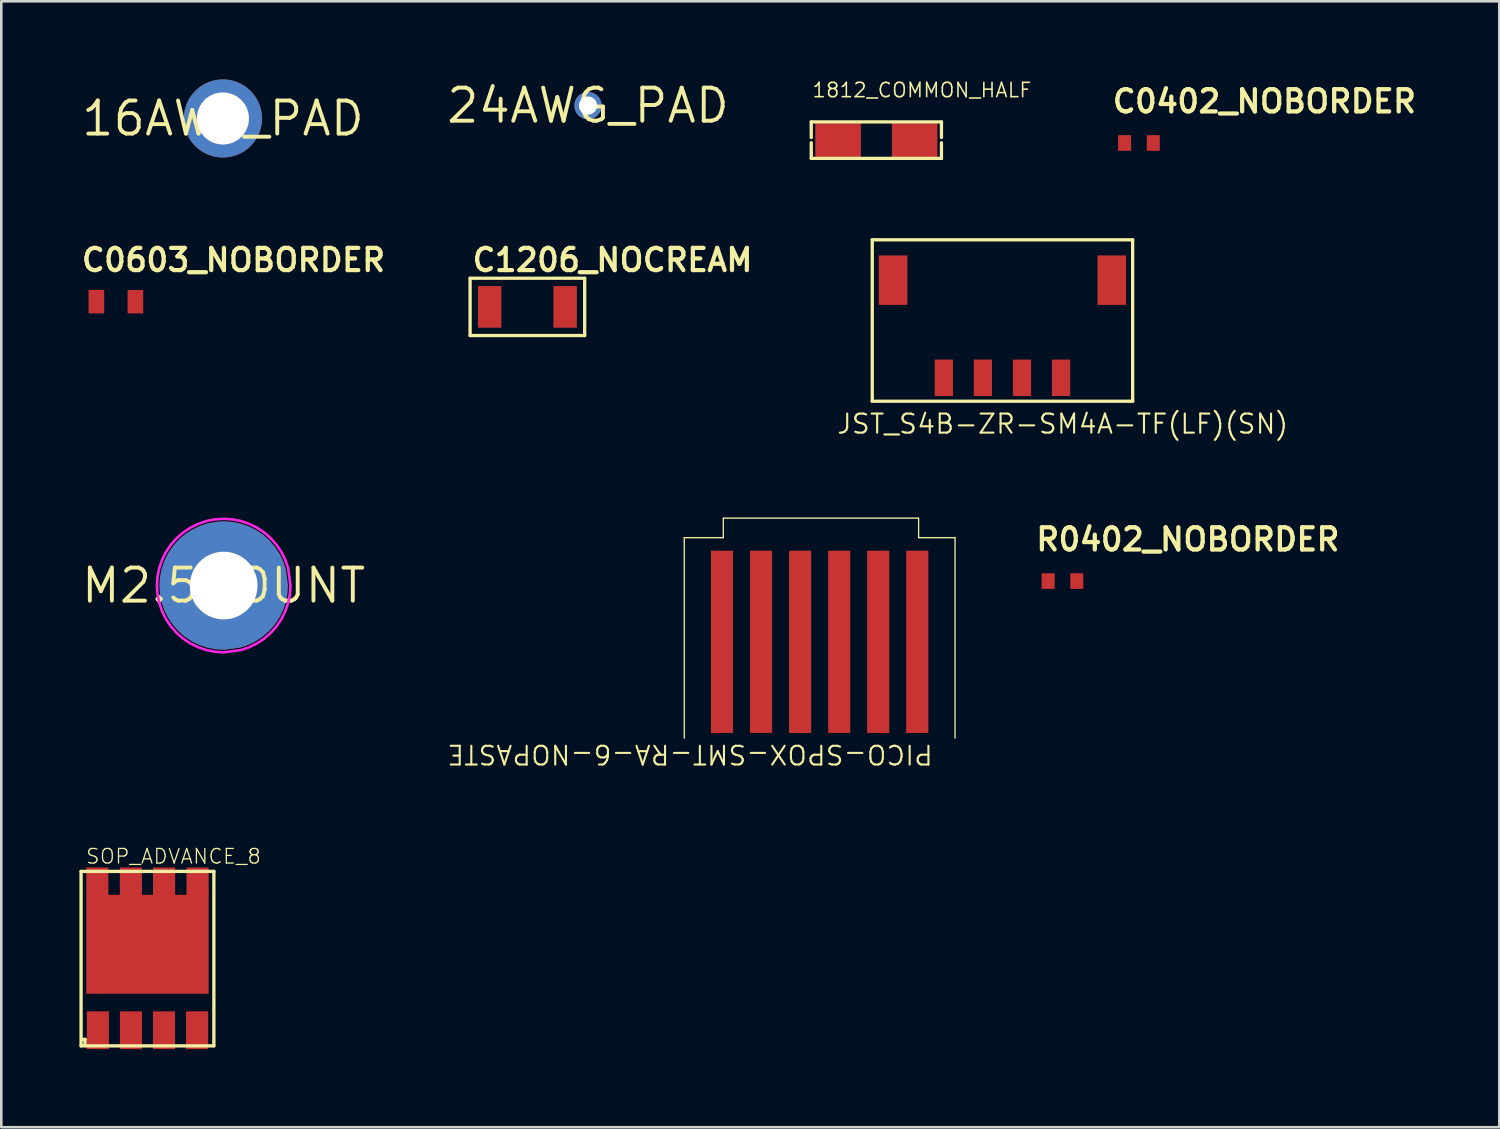
<source format=kicad_pcb>
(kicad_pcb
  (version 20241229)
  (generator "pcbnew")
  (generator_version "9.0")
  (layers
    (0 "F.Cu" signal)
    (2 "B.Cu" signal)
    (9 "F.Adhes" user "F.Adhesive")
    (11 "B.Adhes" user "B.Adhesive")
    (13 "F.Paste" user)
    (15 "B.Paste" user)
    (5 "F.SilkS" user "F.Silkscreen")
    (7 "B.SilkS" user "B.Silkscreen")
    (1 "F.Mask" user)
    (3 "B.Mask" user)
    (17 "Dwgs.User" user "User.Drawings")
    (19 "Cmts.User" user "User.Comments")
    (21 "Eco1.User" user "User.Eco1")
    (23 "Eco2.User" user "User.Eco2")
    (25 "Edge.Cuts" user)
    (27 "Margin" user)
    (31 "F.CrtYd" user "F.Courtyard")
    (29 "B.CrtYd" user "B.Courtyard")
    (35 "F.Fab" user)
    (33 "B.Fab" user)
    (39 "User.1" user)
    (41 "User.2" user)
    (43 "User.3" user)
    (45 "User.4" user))
  (footprint "24AWG_PAD"
    (layer "F.Cu")
    (at 19.532 1.006)
    (property "Reference" "24AWG_PAD" (at 0 0 0) (layer "F.SilkS") (effects (font (size 1.27 1.27) (thickness 0.15))))
    (pad "P$1" thru_hole circle (at 0 0) (size 1.05 1.05) (drill 0.7) (layers "*.Cu" "*.Mask")))
  (footprint "PICO-SPOX-SMT-RA-6-NOPASTE"
    (layer "F.Cu")
    (at 28.429 21.599)
    (property "Reference" "PICO-SPOX-SMT-RA-6-NOPASTE" (at 4.4 3.9 180) (unlocked yes) (layer "F.SilkS") (effects (font (size 0.72 0.72) (thickness 0.08)) (justify left bottom)))
    (fp_line (start -5.2 -4) (end -3.7 -4) (stroke (width 0.05) (type solid)) (layer "F.SilkS"))
    (fp_line (start -5.2 3.7) (end -5.2 -4) (stroke (width 0.05) (type solid)) (layer "F.SilkS"))
    (fp_line (start -3.7 -4.75) (end 3.8 -4.75) (stroke (width 0.05) (type solid)) (layer "F.SilkS"))
    (fp_line (start -3.7 -4) (end -3.7 -4.75) (stroke (width 0.05) (type solid)) (layer "F.SilkS"))
    (fp_line (start 3.8 -4.75) (end 3.8 -4) (stroke (width 0.05) (type solid)) (layer "F.SilkS"))
    (fp_line (start 3.8 -4) (end 5.2 -4) (stroke (width 0.05) (type solid)) (layer "F.SilkS"))
    (fp_line (start 5.2 -4) (end 5.2 3.7) (stroke (width 0.05) (type solid)) (layer "F.SilkS"))
    (pad "1" smd rect (at 3.75 0 90) (size 7 0.85) (layers "F.Cu" "F.Mask"))
    (pad "2" smd rect (at 2.25 0 90) (size 7 0.85) (layers "F.Cu" "F.Mask"))
    (pad "3" smd rect (at 0.75 0 90) (size 7 0.85) (layers "F.Cu" "F.Mask"))
    (pad "4" smd rect (at -0.75 0 90) (size 7 0.85) (layers "F.Cu" "F.Mask"))
    (pad "5" smd rect (at -2.25 0 90) (size 7 0.85) (layers "F.Cu" "F.Mask"))
    (pad "6" smd rect (at -3.75 0 90) (size 7 0.85) (layers "F.Cu" "F.Mask")))
  (footprint "C0402_NOBORDER"
    (layer "F.Cu")
    (at 40.692 2.441)
    (property "Reference" "C0402_NOBORDER" (at -1.1 -1.1 0) (unlocked yes) (layer "F.SilkS") (effects (font (size 0.853 0.853) (thickness 0.163)) (justify left bottom)))
    (pad "P$1" smd rect (at -0.55 0 180) (size 0.5 0.6) (layers "F.Cu" "F.Mask" "F.Paste"))
    (pad "P$2" smd rect (at 0.55 0 180) (size 0.5 0.6) (layers "F.Cu" "F.Mask" "F.Paste")))
  (footprint "JST_S4B-ZR-SM4A-TF(LF)(SN)"
    (layer "F.Cu")
    (at 35.449 10.189)
    (property "Reference" "JST_S4B-ZR-SM4A-TF(LF)(SN)" (at -6.4 3.47 0) (unlocked yes) (layer "F.SilkS") (effects (font (size 0.732 0.732) (thickness 0.081)) (justify left bottom)))
    (fp_line (start -5 -4.03) (end 5 -4.03) (stroke (width 0.127) (type solid)) (layer "F.SilkS"))
    (fp_line (start -5 2.17) (end -5 -4.03) (stroke (width 0.127) (type solid)) (layer "F.SilkS"))
    (fp_line (start 5 -4.03) (end 5 2.17) (stroke (width 0.127) (type solid)) (layer "F.SilkS"))
    (fp_line (start 5 2.17) (end -5 2.17) (stroke (width 0.127) (type solid)) (layer "F.SilkS"))
    (pad "1" smd rect (at 2.25 1.27) (size 0.7 1.4) (layers "F.Cu" "F.Mask" "F.Paste"))
    (pad "2" smd rect (at 0.75 1.27) (size 0.7 1.4) (layers "F.Cu" "F.Mask" "F.Paste"))
    (pad "3" smd rect (at -0.75 1.27) (size 0.7 1.4) (layers "F.Cu" "F.Mask" "F.Paste"))
    (pad "4" smd rect (at -2.25 1.27) (size 0.7 1.4) (layers "F.Cu" "F.Mask" "F.Paste"))
    (pad "P1" smd rect (at 4.2 -2.48) (size 1.1 1.9) (layers "F.Cu" "F.Mask" "F.Paste"))
    (pad "P2" smd rect (at -4.2 -2.48) (size 1.1 1.9) (layers "F.Cu" "F.Mask" "F.Paste")))
  (footprint "C1206_NOCREAM"
    (layer "F.Cu")
    (at 17.204 8.736)
    (property "Reference" "C1206_NOCREAM" (at -2.2 -1.3 0) (unlocked yes) (layer "F.SilkS") (effects (font (size 0.853 0.853) (thickness 0.163)) (justify left bottom)))
    (fp_line (start -2.2 -1.1) (end -2.2 1.1) (stroke (width 0.127) (type solid)) (layer "F.SilkS"))
    (fp_line (start -2.2 1.1) (end 2.2 1.1) (stroke (width 0.127) (type solid)) (layer "F.SilkS"))
    (fp_line (start 2.2 -1.1) (end -2.2 -1.1) (stroke (width 0.127) (type solid)) (layer "F.SilkS"))
    (fp_line (start 2.2 1.1) (end 2.2 -1.1) (stroke (width 0.127) (type solid)) (layer "F.SilkS"))
    (pad "P$1" smd rect (at -1.45 0 180) (size 0.9 1.6) (layers "F.Cu" "F.Mask"))
    (pad "P$2" smd rect (at 1.45 0 180) (size 0.9 1.6) (layers "F.Cu" "F.Mask")))
  (footprint "1812_COMMON_HALF"
    (layer "F.Cu")
    (at 30.606 2.332)
    (property "Reference" "1812_COMMON_HALF" (at -2.5 -1.6 0) (unlocked yes) (layer "F.SilkS") (effects (font (size 0.549 0.549) (thickness 0.061)) (justify left bottom)))
    (fp_line (start -2.5 -0.7) (end 2.5 -0.7) (stroke (width 0.127) (type solid)) (layer "F.SilkS"))
    (fp_line (start -2.5 -0.1) (end -2.5 -0.7) (stroke (width 0.127) (type solid)) (layer "F.SilkS"))
    (fp_line (start -2.5 0.1) (end -2.5 0.7) (stroke (width 0.127) (type solid)) (layer "F.SilkS"))
    (fp_line (start -2.5 0.7) (end 2.5 0.7) (stroke (width 0.127) (type solid)) (layer "F.SilkS"))
    (fp_line (start 2.5 -0.7) (end 2.5 -0.1) (stroke (width 0.127) (type solid)) (layer "F.SilkS"))
    (fp_line (start 2.5 0.7) (end 2.5 0.1) (stroke (width 0.127) (type solid)) (layer "F.SilkS"))
    (pad "P$1" smd rect (at -1.47 0) (size 1.75 1.3) (layers "F.Cu" "F.Mask" "F.Paste"))
    (pad "P$2" smd rect (at 1.47 0) (size 1.75 1.3) (layers "F.Cu" "F.Mask" "F.Paste")))
  (footprint "R0402_NOBORDER"
    (layer "F.Cu")
    (at 37.754 19.265)
    (property "Reference" "R0402_NOBORDER" (at -1.1 -1.1 0) (unlocked yes) (layer "F.SilkS") (effects (font (size 0.853 0.853) (thickness 0.163)) (justify left bottom)))
    (pad "P$1" smd rect (at -0.55 0 180) (size 0.5 0.6) (layers "F.Cu" "F.Mask" "F.Paste"))
    (pad "P$2" smd rect (at 0.55 0 180) (size 0.5 0.6) (layers "F.Cu" "F.Mask" "F.Paste")))
  (footprint "M2.5MOUNT"
    (layer "F.Cu")
    (at 5.541 19.438)
    (property "Reference" "M2.5MOUNT" (at 0 0 0) (layer "F.SilkS") (effects (font (size 1.27 1.27) (thickness 0.15))))
    (fp_poly (pts (xy 0.322 -2.443) (xy 0.638 -2.38) (xy 0.943 -2.276) (xy 1.232 -2.134) (xy 1.5 -1.955) (xy 1.742 -1.742) (xy 1.955 -1.5) (xy 2.134 -1.232) (xy 2.276 -0.943) (xy 2.38 -0.636) (xy 2.464 -0.002) (xy 2.443 0.322) (xy 2.38 0.638) (xy 2.276 0.943) (xy 2.134 1.232) (xy 1.955 1.5) (xy 1.742 1.742) (xy 1.5 1.955) (xy 1.232 2.134) (xy 0.943 2.276) (xy 0.636 2.38) (xy 0.002 2.464) (xy -0.322 2.443) (xy -0.638 2.38) (xy -0.943 2.276) (xy -1.232 2.134) (xy -1.5 1.955) (xy -1.742 1.742) (xy -1.955 1.5) (xy -2.134 1.232) (xy -2.276 0.943) (xy -2.38 0.638) (xy -2.443 0.322) (xy -2.464 0) (xy -2.443 -0.322) (xy -2.38 -0.638) (xy -2.276 -0.943) (xy -2.134 -1.232) (xy -1.955 -1.5) (xy -1.742 -1.742) (xy -1.5 -1.955) (xy -1.232 -2.134) (xy -0.943 -2.276) (xy -0.638 -2.38) (xy -0.322 -2.443) (xy 0 -2.464)) (stroke (width 0) (type default)) (fill yes) (layer "F.Cu"))
    (fp_poly (pts (xy 0.322 -2.443) (xy 0.638 -2.38) (xy 0.943 -2.276) (xy 1.232 -2.134) (xy 1.5 -1.955) (xy 1.742 -1.742) (xy 1.955 -1.5) (xy 2.134 -1.232) (xy 2.276 -0.943) (xy 2.38 -0.636) (xy 2.464 -0.002) (xy 2.443 0.322) (xy 2.38 0.638) (xy 2.276 0.943) (xy 2.134 1.232) (xy 1.955 1.5) (xy 1.742 1.742) (xy 1.5 1.955) (xy 1.232 2.134) (xy 0.943 2.276) (xy 0.636 2.38) (xy 0.002 2.464) (xy -0.322 2.443) (xy -0.638 2.38) (xy -0.943 2.276) (xy -1.232 2.134) (xy -1.5 1.955) (xy -1.742 1.742) (xy -1.955 1.5) (xy -2.134 1.232) (xy -2.276 0.943) (xy -2.38 0.638) (xy -2.443 0.322) (xy -2.464 0) (xy -2.443 -0.322) (xy -2.38 -0.638) (xy -2.276 -0.943) (xy -2.134 -1.232) (xy -1.955 -1.5) (xy -1.742 -1.742) (xy -1.5 -1.955) (xy -1.232 -2.134) (xy -0.943 -2.276) (xy -0.638 -2.38) (xy -0.322 -2.443) (xy 0 -2.464)) (stroke (width 0) (type default)) (fill yes) (layer "F.Mask"))
    (fp_poly (pts (xy 0.322 -2.443) (xy 0.638 -2.38) (xy 0.943 -2.276) (xy 1.232 -2.134) (xy 1.5 -1.955) (xy 1.742 -1.742) (xy 1.955 -1.5) (xy 2.134 -1.232) (xy 2.276 -0.943) (xy 2.38 -0.636) (xy 2.464 -0.002) (xy 2.443 0.322) (xy 2.38 0.638) (xy 2.276 0.943) (xy 2.134 1.232) (xy 1.955 1.5) (xy 1.742 1.742) (xy 1.5 1.955) (xy 1.232 2.134) (xy 0.943 2.276) (xy 0.636 2.38) (xy 0.002 2.464) (xy -0.322 2.443) (xy -0.638 2.38) (xy -0.943 2.276) (xy -1.232 2.134) (xy -1.5 1.955) (xy -1.742 1.742) (xy -1.955 1.5) (xy -2.134 1.232) (xy -2.276 0.943) (xy -2.38 0.638) (xy -2.443 0.322) (xy -2.464 0) (xy -2.443 -0.322) (xy -2.38 -0.638) (xy -2.276 -0.943) (xy -2.134 -1.232) (xy -1.955 -1.5) (xy -1.742 -1.742) (xy -1.5 -1.955) (xy -1.232 -2.134) (xy -0.943 -2.276) (xy -0.638 -2.38) (xy -0.322 -2.443) (xy 0 -2.464)) (stroke (width 0) (type default)) (fill yes) (layer "B.Cu"))
    (fp_poly (pts (xy 0.322 -2.443) (xy 0.638 -2.38) (xy 0.943 -2.276) (xy 1.232 -2.134) (xy 1.5 -1.955) (xy 1.742 -1.742) (xy 1.955 -1.5) (xy 2.134 -1.232) (xy 2.276 -0.943) (xy 2.38 -0.636) (xy 2.464 -0.002) (xy 2.443 0.322) (xy 2.38 0.638) (xy 2.276 0.943) (xy 2.134 1.232) (xy 1.955 1.5) (xy 1.742 1.742) (xy 1.5 1.955) (xy 1.232 2.134) (xy 0.943 2.276) (xy 0.636 2.38) (xy 0.002 2.464) (xy -0.322 2.443) (xy -0.638 2.38) (xy -0.943 2.276) (xy -1.232 2.134) (xy -1.5 1.955) (xy -1.742 1.742) (xy -1.955 1.5) (xy -2.134 1.232) (xy -2.276 0.943) (xy -2.38 0.638) (xy -2.443 0.322) (xy -2.464 0) (xy -2.443 -0.322) (xy -2.38 -0.638) (xy -2.276 -0.943) (xy -2.134 -1.232) (xy -1.955 -1.5) (xy -1.742 -1.742) (xy -1.5 -1.955) (xy -1.232 -2.134) (xy -0.943 -2.276) (xy -0.638 -2.38) (xy -0.322 -2.443) (xy 0 -2.464)) (stroke (width 0) (type default)) (fill yes) (layer "B.Mask"))
    (fp_poly (pts (xy 0.335 -2.542) (xy 0.664 -2.476) (xy 0.981 -2.368) (xy 1.282 -2.22) (xy 1.561 -2.034) (xy 1.813 -1.813) (xy 2.034 -1.561) (xy 2.22 -1.282) (xy 2.368 -0.981) (xy 2.477 -0.662) (xy 2.564 -0.002) (xy 2.542 0.335) (xy 2.476 0.664) (xy 2.368 0.981) (xy 2.22 1.282) (xy 2.034 1.561) (xy 1.813 1.813) (xy 1.561 2.034) (xy 1.282 2.22) (xy 0.981 2.368) (xy 0.662 2.477) (xy 0.002 2.564) (xy -0.335 2.542) (xy -0.664 2.476) (xy -0.981 2.368) (xy -1.282 2.22) (xy -1.561 2.034) (xy -1.813 1.813) (xy -2.034 1.561) (xy -2.22 1.282) (xy -2.368 0.981) (xy -2.476 0.664) (xy -2.542 0.335) (xy -2.564 0) (xy -2.542 -0.335) (xy -2.476 -0.664) (xy -2.368 -0.981) (xy -2.22 -1.282) (xy -2.034 -1.561) (xy -1.813 -1.813) (xy -1.561 -2.034) (xy -1.282 -2.22) (xy -0.981 -2.368) (xy -0.664 -2.476) (xy -0.335 -2.542) (xy 0 -2.564)) (stroke (width 0.1) (type default)) (fill no) (layer "F.CrtYd"))
    (pad "P$1" thru_hole circle (at 0 0) (size 3.616 3.616) (drill 2.6) (layers "*.Cu" "*.Mask")))
  (footprint "C0603_NOBORDER"
    (layer "F.Cu")
    (at 1.4 8.536)
    (property "Reference" "C0603_NOBORDER" (at -1.4 -1.1 0) (unlocked yes) (layer "F.SilkS") (effects (font (size 0.853 0.853) (thickness 0.163)) (justify left bottom)))
    (pad "P$1" smd rect (at -0.75 0 180) (size 0.6 0.9) (layers "F.Cu" "F.Mask" "F.Paste"))
    (pad "P$2" smd rect (at 0.75 0 180) (size 0.6 0.9) (layers "F.Cu" "F.Mask" "F.Paste")))
  (footprint "16AWG_PAD"
    (layer "F.Cu")
    (at 5.511 1.5)
    (property "Reference" "16AWG_PAD" (at 0 0 0) (layer "F.SilkS") (effects (font (size 1.27 1.27) (thickness 0.15))))
    (pad "1" thru_hole circle (at 0 0) (size 3 3) (drill 2) (layers "*.Cu" "*.Mask")))
  (footprint "SOP_ADVANCE_8"
    (layer "F.Cu")
    (at 2.614 33.566)
    (property "Reference" "SOP_ADVANCE_8" (at -2.4 -3.4 0) (unlocked yes) (layer "F.SilkS") (effects (font (size 0.561 0.561) (thickness 0.049)) (justify left bottom)))
    (fp_line (start -2.55 -3.15) (end 2.55 -3.15) (stroke (width 0.127) (type solid)) (layer "F.SilkS"))
    (fp_line (start -2.55 3.55) (end -2.55 -3.15) (stroke (width 0.127) (type solid)) (layer "F.SilkS"))
    (fp_line (start -2.5 3.3) (end -2.4 3.3) (stroke (width 0.127) (type solid)) (layer "F.SilkS"))
    (fp_line (start -2.4 3.3) (end -2.4 3.5) (stroke (width 0.127) (type solid)) (layer "F.SilkS"))
    (fp_line (start 2.55 -3.15) (end 2.55 3.55) (stroke (width 0.127) (type solid)) (layer "F.SilkS"))
    (fp_line (start 2.55 3.55) (end -2.55 3.55) (stroke (width 0.127) (type solid)) (layer "F.SilkS"))
    (pad "1" smd rect (at -1.905 2.95) (size 0.85 1.45) (layers "F.Cu" "F.Mask" "F.Paste"))
    (pad "2" smd rect (at -0.635 2.95) (size 0.85 1.45) (layers "F.Cu" "F.Mask" "F.Paste"))
    (pad "3" smd rect (at 0.635 2.95) (size 0.85 1.45) (layers "F.Cu" "F.Mask" "F.Paste"))
    (pad "4" smd rect (at 1.905 2.95) (size 0.85 1.45) (layers "F.Cu" "F.Mask" "F.Paste"))
    (pad "5" smd rect (at 1.925 -2.75) (size 0.85 1.1) (layers "F.Cu" "F.Mask" "F.Paste"))
    (pad "6" smd rect (at 0.637 -2.75) (size 0.85 1.1) (layers "F.Cu" "F.Mask" "F.Paste"))
    (pad "7" smd rect (at -0.637 -2.75) (size 0.85 1.1) (layers "F.Cu" "F.Mask" "F.Paste"))
    (pad "8" smd rect (at -1.925 -2.75) (size 0.85 1.1) (layers "F.Cu" "F.Mask" "F.Paste"))
    (pad "PAD" smd rect (at 0 -0.35) (size 4.7 3.8) (layers "F.Cu" "F.Mask" "F.Paste")))
  (gr_rect
    (start -3 -3)
    (end 54.532 40.241)
    (stroke (width 0.1) (type default))
    (fill no)
    (layer "Edge.Cuts")))
</source>
